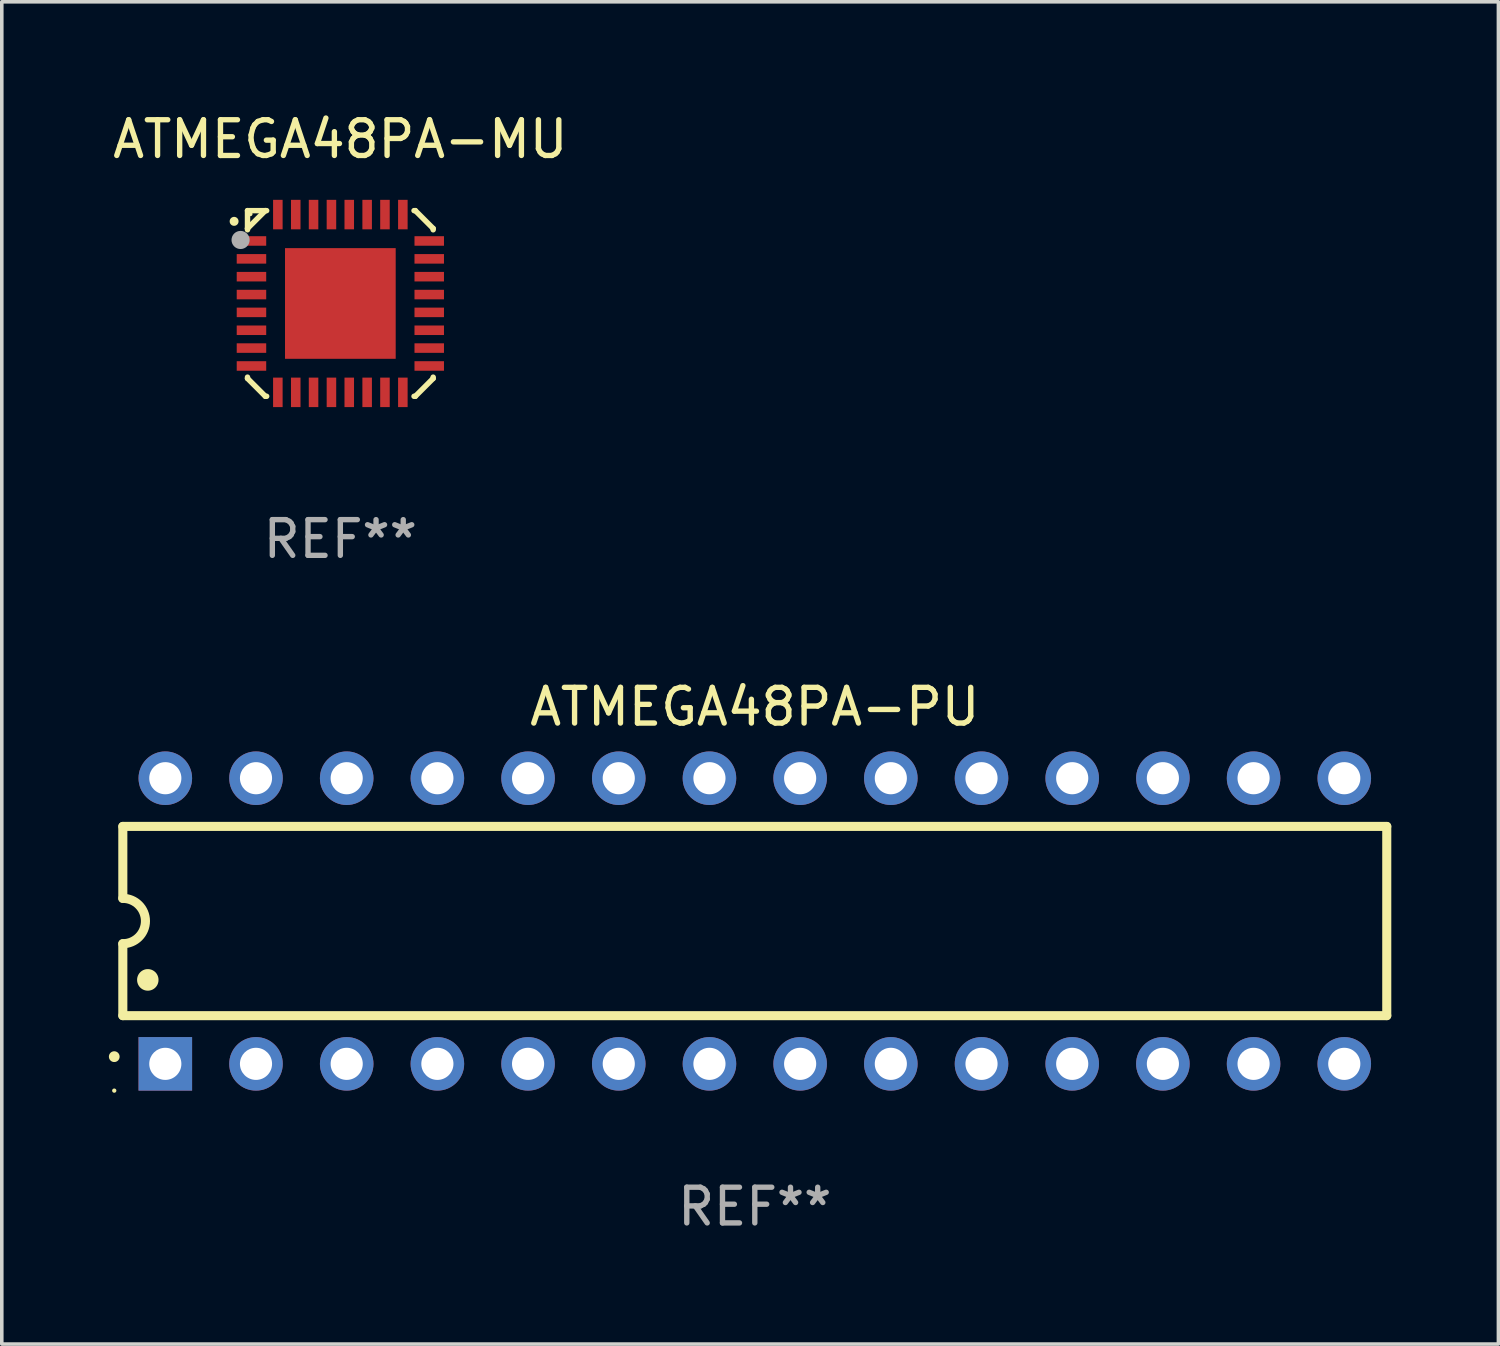
<source format=kicad_pcb>
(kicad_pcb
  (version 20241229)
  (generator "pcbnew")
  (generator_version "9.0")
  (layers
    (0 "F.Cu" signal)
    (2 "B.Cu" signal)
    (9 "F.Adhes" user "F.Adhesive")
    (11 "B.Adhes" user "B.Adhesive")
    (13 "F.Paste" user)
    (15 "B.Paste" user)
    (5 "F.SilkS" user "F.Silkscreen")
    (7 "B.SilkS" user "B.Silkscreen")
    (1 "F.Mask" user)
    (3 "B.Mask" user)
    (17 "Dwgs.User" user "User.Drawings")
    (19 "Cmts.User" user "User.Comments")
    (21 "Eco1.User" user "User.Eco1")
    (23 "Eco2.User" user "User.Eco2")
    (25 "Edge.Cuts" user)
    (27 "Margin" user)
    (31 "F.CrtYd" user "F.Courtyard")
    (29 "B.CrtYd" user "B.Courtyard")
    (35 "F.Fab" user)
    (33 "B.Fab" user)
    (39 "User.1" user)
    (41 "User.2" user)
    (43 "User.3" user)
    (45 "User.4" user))
  (footprint "ATMEGA48PA-MU"
    (layer "F.Cu")
    (at 6.482 5.449)
    (property "Reference" "ATMEGA48PA-MU" (at 0 -4.6 0) (layer "F.SilkS") (effects (font (size 1 1) (thickness 0.15))))
    (attr through_hole)
    (fp_line (start -2.6 -2.6) (end -2.6 -2.1) (stroke (width 0.152) (type solid)) (layer "F.SilkS"))
    (fp_line (start -2.6 -2.1) (end -2.6 -2.063) (stroke (width 0.152) (type solid)) (layer "F.SilkS"))
    (fp_line (start -2.6 2.064) (end -2.6 2.1) (stroke (width 0.152) (type solid)) (layer "F.SilkS"))
    (fp_line (start -2.6 2.1) (end -2.1 2.6) (stroke (width 0.152) (type solid)) (layer "F.SilkS"))
    (fp_line (start -2.1 -2.6) (end -2.6 -2.6) (stroke (width 0.152) (type solid)) (layer "F.SilkS"))
    (fp_line (start -2.1 -2.6) (end -2.6 -2.1) (stroke (width 0.152) (type solid)) (layer "F.SilkS"))
    (fp_line (start -2.1 2.6) (end -2.063 2.6) (stroke (width 0.152) (type solid)) (layer "F.SilkS"))
    (fp_line (start -2.063 -2.6) (end -2.1 -2.6) (stroke (width 0.152) (type solid)) (layer "F.SilkS"))
    (fp_line (start 2.064 2.6) (end 2.1 2.6) (stroke (width 0.152) (type solid)) (layer "F.SilkS"))
    (fp_line (start 2.1 -2.6) (end 2.064 -2.6) (stroke (width 0.152) (type solid)) (layer "F.SilkS"))
    (fp_line (start 2.1 2.6) (end 2.6 2.1) (stroke (width 0.152) (type solid)) (layer "F.SilkS"))
    (fp_line (start 2.6 -2.1) (end 2.1 -2.6) (stroke (width 0.152) (type solid)) (layer "F.SilkS"))
    (fp_line (start 2.6 -2.063) (end 2.6 -2.1) (stroke (width 0.152) (type solid)) (layer "F.SilkS"))
    (fp_line (start 2.6 2.1) (end 2.6 2.064) (stroke (width 0.152) (type solid)) (layer "F.SilkS"))
    (fp_arc (start -2.975057 -2.298222) (mid -2.975063 -2.299492) (end -2.975057 -2.300762) (stroke (width 0.24892) (type solid)) (layer "F.SilkS"))
    (fp_circle (center -2.519 -2.504) (end -2.489 -2.504) (stroke (width 0.06) (type solid)) (fill no) (layer "F.SilkS"))
    (fp_circle (center -2.794 -1.778) (end -2.667 -1.778) (stroke (width 0.254) (type solid)) (fill no) (layer "F.Fab"))
    (fp_text user "REF**" (at 0 6.6 0) (layer "F.Fab") (effects (font (size 1 1) (thickness 0.15))))
    (pad "1" smd rect (at -2.489 -1.75 90) (size 0.267 0.826) (layers "F.Cu" "F.Mask" "F.Paste"))
    (pad "2" smd rect (at -2.489 -1.249 90) (size 0.267 0.826) (layers "F.Cu" "F.Mask" "F.Paste"))
    (pad "3" smd rect (at -2.489 -0.75 90) (size 0.267 0.826) (layers "F.Cu" "F.Mask" "F.Paste"))
    (pad "4" smd rect (at -2.489 -0.249 90) (size 0.267 0.826) (layers "F.Cu" "F.Mask" "F.Paste"))
    (pad "5" smd rect (at -2.489 0.25 90) (size 0.267 0.826) (layers "F.Cu" "F.Mask" "F.Paste"))
    (pad "6" smd rect (at -2.489 0.751 90) (size 0.267 0.826) (layers "F.Cu" "F.Mask" "F.Paste"))
    (pad "7" smd rect (at -2.489 1.25 90) (size 0.267 0.826) (layers "F.Cu" "F.Mask" "F.Paste"))
    (pad "8" smd rect (at -2.489 1.751 90) (size 0.267 0.826) (layers "F.Cu" "F.Mask" "F.Paste"))
    (pad "9" smd rect (at -1.75 2.49) (size 0.267 0.826) (layers "F.Cu" "F.Mask" "F.Paste"))
    (pad "10" smd rect (at -1.249 2.49) (size 0.267 0.826) (layers "F.Cu" "F.Mask" "F.Paste"))
    (pad "11" smd rect (at -0.75 2.49) (size 0.267 0.826) (layers "F.Cu" "F.Mask" "F.Paste"))
    (pad "12" smd rect (at -0.249 2.49) (size 0.267 0.826) (layers "F.Cu" "F.Mask" "F.Paste"))
    (pad "13" smd rect (at 0.25 2.49) (size 0.267 0.826) (layers "F.Cu" "F.Mask" "F.Paste"))
    (pad "14" smd rect (at 0.751 2.49) (size 0.267 0.826) (layers "F.Cu" "F.Mask" "F.Paste"))
    (pad "15" smd rect (at 1.25 2.49) (size 0.267 0.826) (layers "F.Cu" "F.Mask" "F.Paste"))
    (pad "16" smd rect (at 1.751 2.49) (size 0.267 0.826) (layers "F.Cu" "F.Mask" "F.Paste"))
    (pad "17" smd rect (at 2.49 1.751 90) (size 0.267 0.826) (layers "F.Cu" "F.Mask" "F.Paste"))
    (pad "18" smd rect (at 2.49 1.25 90) (size 0.267 0.826) (layers "F.Cu" "F.Mask" "F.Paste"))
    (pad "19" smd rect (at 2.49 0.751 90) (size 0.267 0.826) (layers "F.Cu" "F.Mask" "F.Paste"))
    (pad "20" smd rect (at 2.49 0.25 90) (size 0.267 0.826) (layers "F.Cu" "F.Mask" "F.Paste"))
    (pad "21" smd rect (at 2.49 -0.249 90) (size 0.267 0.826) (layers "F.Cu" "F.Mask" "F.Paste"))
    (pad "22" smd rect (at 2.49 -0.75 90) (size 0.267 0.826) (layers "F.Cu" "F.Mask" "F.Paste"))
    (pad "23" smd rect (at 2.49 -1.249 90) (size 0.267 0.826) (layers "F.Cu" "F.Mask" "F.Paste"))
    (pad "24" smd rect (at 2.49 -1.75 90) (size 0.267 0.826) (layers "F.Cu" "F.Mask" "F.Paste"))
    (pad "25" smd rect (at 1.751 -2.489) (size 0.267 0.826) (layers "F.Cu" "F.Mask" "F.Paste"))
    (pad "26" smd rect (at 1.25 -2.489) (size 0.267 0.826) (layers "F.Cu" "F.Mask" "F.Paste"))
    (pad "27" smd rect (at 0.751 -2.489) (size 0.267 0.826) (layers "F.Cu" "F.Mask" "F.Paste"))
    (pad "28" smd rect (at 0.25 -2.489) (size 0.267 0.826) (layers "F.Cu" "F.Mask" "F.Paste"))
    (pad "29" smd rect (at -0.249 -2.489) (size 0.267 0.826) (layers "F.Cu" "F.Mask" "F.Paste"))
    (pad "30" smd rect (at -0.75 -2.489) (size 0.267 0.826) (layers "F.Cu" "F.Mask" "F.Paste"))
    (pad "31" smd rect (at -1.249 -2.489) (size 0.267 0.826) (layers "F.Cu" "F.Mask" "F.Paste"))
    (pad "32" smd rect (at -1.75 -2.489) (size 0.267 0.826) (layers "F.Cu" "F.Mask" "F.Paste"))
    (pad "33" smd rect (at 0.000483 0.000483) (size 3.1 3.1) (layers "F.Cu" "F.Mask" "F.Paste")))
  (footprint "ATMEGA48PA-PU"
    (layer "F.Cu")
    (at 18.09 22.746)
    (property "Reference" "ATMEGA48PA-PU" (at 0 -6 0) (layer "F.SilkS") (effects (font (size 1 1) (thickness 0.15))))
    (attr through_hole)
    (fp_line (start -17.7 -2.65) (end 17.7 -2.65) (stroke (width 0.254) (type solid)) (layer "F.SilkS"))
    (fp_line (start -17.7 -0.635) (end -17.7 -2.65) (stroke (width 0.254) (type solid)) (layer "F.SilkS"))
    (fp_line (start -17.7 2.65) (end -17.7 0.635) (stroke (width 0.254) (type solid)) (layer "F.SilkS"))
    (fp_line (start 17.7 -2.65) (end 17.7 2.65) (stroke (width 0.254) (type solid)) (layer "F.SilkS"))
    (fp_line (start 17.7 2.65) (end -17.7 2.65) (stroke (width 0.254) (type solid)) (layer "F.SilkS"))
    (fp_arc (start -17.940056 3.799848) (mid -17.940061 3.798578) (end -17.940056 3.797308) (stroke (width 0.3) (type solid)) (layer "F.SilkS"))
    (fp_arc (start -17.701295 -0.635001) (mid -17.066294 0) (end -17.701295 0.635001) (stroke (width 0.254001) (type solid)) (layer "F.SilkS"))
    (fp_arc (start -17.000254 1.651003) (mid -17.000265 1.648463) (end -17.000254 1.645923) (stroke (width 0.6) (type solid)) (layer "F.SilkS"))
    (fp_circle (center -17.94 4.75) (end -17.91 4.75) (stroke (width 0.06) (type solid)) (fill no) (layer "F.SilkS"))
    (fp_text user "REF**" (at 0 8 0) (layer "F.Fab") (effects (font (size 1 1) (thickness 0.15))))
    (pad "1" thru_hole rect (at -16.51 4 90) (size 1.5 1.5) (drill 0.9) (layers "*.Cu" "*.Mask"))
    (pad "2" thru_hole circle (at -13.97 4) (size 1.5 1.5) (drill 0.9) (layers "*.Cu" "*.Mask"))
    (pad "3" thru_hole circle (at -11.43 4) (size 1.5 1.5) (drill 0.9) (layers "*.Cu" "*.Mask"))
    (pad "4" thru_hole circle (at -8.89 4) (size 1.5 1.5) (drill 0.9) (layers "*.Cu" "*.Mask"))
    (pad "5" thru_hole circle (at -6.35 4) (size 1.5 1.5) (drill 0.9) (layers "*.Cu" "*.Mask"))
    (pad "6" thru_hole circle (at -3.81 4) (size 1.5 1.5) (drill 0.9) (layers "*.Cu" "*.Mask"))
    (pad "7" thru_hole circle (at -1.27 4) (size 1.5 1.5) (drill 0.9) (layers "*.Cu" "*.Mask"))
    (pad "8" thru_hole circle (at 1.27 4) (size 1.5 1.5) (drill 0.9) (layers "*.Cu" "*.Mask"))
    (pad "9" thru_hole circle (at 3.81 4) (size 1.5 1.5) (drill 0.9) (layers "*.Cu" "*.Mask"))
    (pad "10" thru_hole circle (at 6.35 4) (size 1.5 1.5) (drill 0.9) (layers "*.Cu" "*.Mask"))
    (pad "11" thru_hole circle (at 8.89 4) (size 1.5 1.5) (drill 0.9) (layers "*.Cu" "*.Mask"))
    (pad "12" thru_hole circle (at 11.43 4) (size 1.5 1.5) (drill 0.9) (layers "*.Cu" "*.Mask"))
    (pad "13" thru_hole circle (at 13.97 4) (size 1.5 1.5) (drill 0.9) (layers "*.Cu" "*.Mask"))
    (pad "14" thru_hole circle (at 16.51 4) (size 1.5 1.5) (drill 0.9) (layers "*.Cu" "*.Mask"))
    (pad "15" thru_hole circle (at 16.51 -4) (size 1.5 1.5) (drill 0.9) (layers "*.Cu" "*.Mask"))
    (pad "16" thru_hole circle (at 13.97 -4) (size 1.5 1.5) (drill 0.9) (layers "*.Cu" "*.Mask"))
    (pad "17" thru_hole circle (at 11.43 -4) (size 1.5 1.5) (drill 0.9) (layers "*.Cu" "*.Mask"))
    (pad "18" thru_hole circle (at 8.89 -4) (size 1.5 1.5) (drill 0.9) (layers "*.Cu" "*.Mask"))
    (pad "19" thru_hole circle (at 6.35 -4) (size 1.5 1.5) (drill 0.9) (layers "*.Cu" "*.Mask"))
    (pad "20" thru_hole circle (at 3.81 -4) (size 1.5 1.5) (drill 0.9) (layers "*.Cu" "*.Mask"))
    (pad "21" thru_hole circle (at 1.27 -4) (size 1.5 1.5) (drill 0.9) (layers "*.Cu" "*.Mask"))
    (pad "22" thru_hole circle (at -1.27 -4) (size 1.5 1.5) (drill 0.9) (layers "*.Cu" "*.Mask"))
    (pad "23" thru_hole circle (at -3.81 -4) (size 1.5 1.5) (drill 0.9) (layers "*.Cu" "*.Mask"))
    (pad "24" thru_hole circle (at -6.35 -4) (size 1.5 1.5) (drill 0.9) (layers "*.Cu" "*.Mask"))
    (pad "25" thru_hole circle (at -8.89 -4) (size 1.5 1.5) (drill 0.9) (layers "*.Cu" "*.Mask"))
    (pad "26" thru_hole circle (at -11.43 -4) (size 1.5 1.5) (drill 0.9) (layers "*.Cu" "*.Mask"))
    (pad "27" thru_hole circle (at -13.97 -4) (size 1.5 1.5) (drill 0.9) (layers "*.Cu" "*.Mask"))
    (pad "28" thru_hole circle (at -16.51 -4) (size 1.5 1.5) (drill 0.9) (layers "*.Cu" "*.Mask")))
  (gr_rect
    (start -3 -3)
    (end 38.917 34.594)
    (stroke (width 0.1) (type default))
    (fill no)
    (layer "Edge.Cuts")))
</source>
